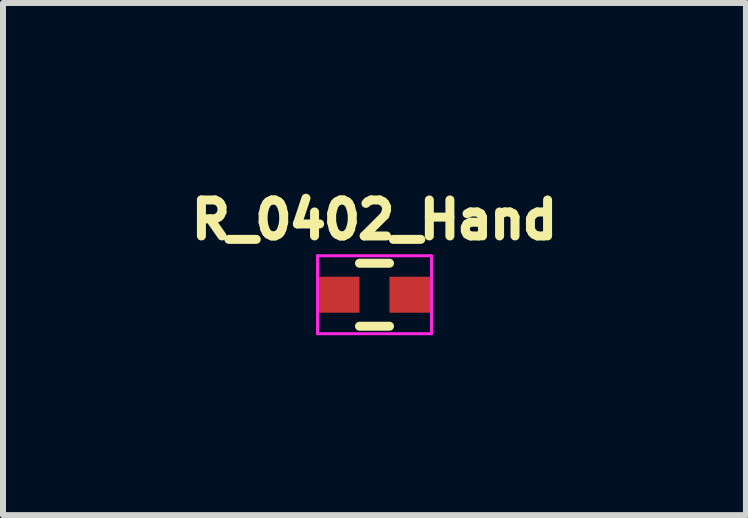
<source format=kicad_pcb>
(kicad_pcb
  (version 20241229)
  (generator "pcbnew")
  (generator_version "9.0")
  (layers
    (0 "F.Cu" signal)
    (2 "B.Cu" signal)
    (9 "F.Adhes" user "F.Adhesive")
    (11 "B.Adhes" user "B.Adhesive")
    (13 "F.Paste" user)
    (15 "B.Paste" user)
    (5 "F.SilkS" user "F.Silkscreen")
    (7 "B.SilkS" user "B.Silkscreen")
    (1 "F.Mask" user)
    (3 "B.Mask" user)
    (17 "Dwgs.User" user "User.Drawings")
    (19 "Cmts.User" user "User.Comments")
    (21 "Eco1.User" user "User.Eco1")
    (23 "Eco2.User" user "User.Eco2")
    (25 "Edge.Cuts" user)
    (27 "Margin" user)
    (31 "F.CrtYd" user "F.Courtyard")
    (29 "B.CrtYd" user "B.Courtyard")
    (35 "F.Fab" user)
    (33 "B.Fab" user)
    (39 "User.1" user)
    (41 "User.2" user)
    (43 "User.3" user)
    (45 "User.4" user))
  (footprint "R_0402_Hand"
    (layer "F.Cu")
    (at 3.194 1.864)
    (property "Reference" "R_0402_Hand" (at 0 -1.25 0) (layer "F.SilkS") (effects (font (size 0.6 0.6) (thickness 0.15))))
    (attr smd)
    (fp_line (start -0.25 0.525) (end 0.25 0.525) (stroke (width 0.15) (type solid)) (layer "F.SilkS"))
    (fp_line (start 0.25 -0.525) (end -0.25 -0.525) (stroke (width 0.15) (type solid)) (layer "F.SilkS"))
    (fp_line (start -0.95 -0.65) (end -0.95 0.65) (stroke (width 0.05) (type solid)) (layer "F.CrtYd"))
    (fp_line (start -0.95 -0.65) (end 0.95 -0.65) (stroke (width 0.05) (type solid)) (layer "F.CrtYd"))
    (fp_line (start -0.95 0.65) (end 0.95 0.65) (stroke (width 0.05) (type solid)) (layer "F.CrtYd"))
    (fp_line (start 0.95 -0.65) (end 0.95 0.65) (stroke (width 0.05) (type solid)) (layer "F.CrtYd"))
    (pad "1" smd rect (at -0.6 0) (size 0.7 0.6) (layers "F.Cu" "F.Mask" "F.Paste"))
    (pad "2" smd rect (at 0.6 0) (size 0.7 0.6) (layers "F.Cu" "F.Mask" "F.Paste")))
  (gr_rect
    (start -3 -3)
    (end 9.387 5.539)
    (stroke (width 0.1) (type default))
    (fill no)
    (layer "Edge.Cuts")))
</source>
